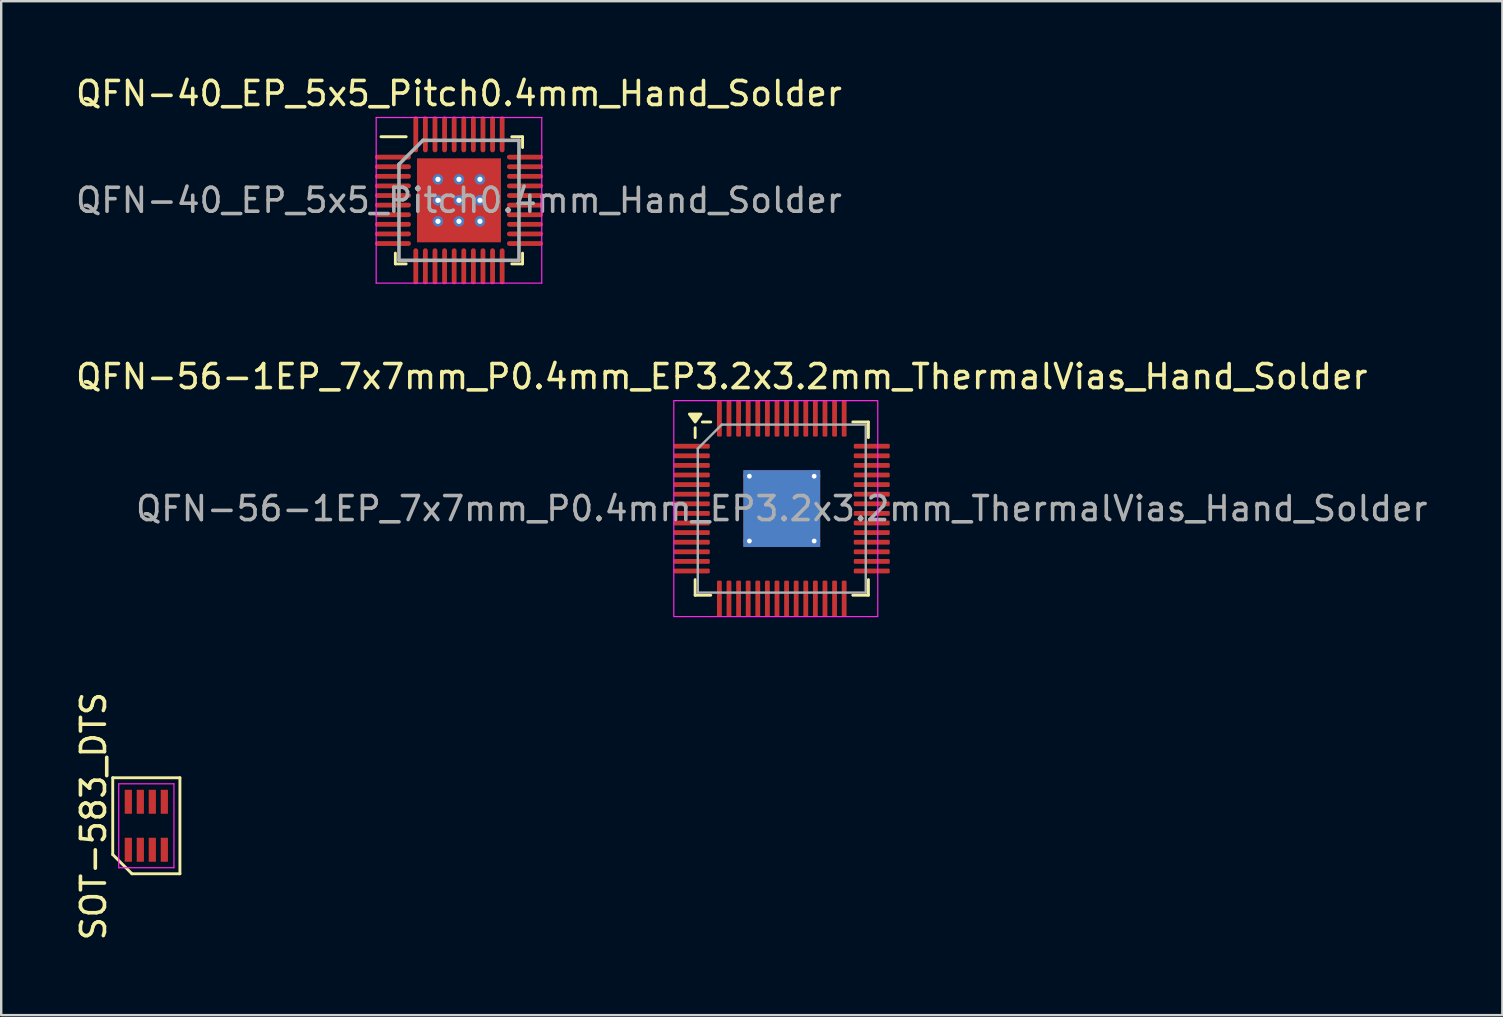
<source format=kicad_pcb>
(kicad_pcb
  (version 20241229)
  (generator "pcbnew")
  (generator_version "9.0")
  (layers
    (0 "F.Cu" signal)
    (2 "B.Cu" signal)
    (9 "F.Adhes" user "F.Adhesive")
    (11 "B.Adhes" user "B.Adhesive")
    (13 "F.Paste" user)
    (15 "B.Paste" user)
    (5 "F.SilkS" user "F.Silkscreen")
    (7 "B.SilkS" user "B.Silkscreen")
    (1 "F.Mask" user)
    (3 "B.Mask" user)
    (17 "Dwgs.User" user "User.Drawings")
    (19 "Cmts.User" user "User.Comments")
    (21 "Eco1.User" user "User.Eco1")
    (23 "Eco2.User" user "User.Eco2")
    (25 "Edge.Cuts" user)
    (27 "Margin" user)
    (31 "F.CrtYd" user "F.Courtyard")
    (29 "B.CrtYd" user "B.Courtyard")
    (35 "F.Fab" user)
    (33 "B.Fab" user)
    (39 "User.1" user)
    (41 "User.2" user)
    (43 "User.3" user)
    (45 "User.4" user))
  (footprint "SOT-583_DTS"
    (layer "F.Cu")
    (at 3.048 31.363)
    (property "Reference" "SOT-583_DTS" (at -2.2 -0.4 270) (layer "F.SilkS") (effects (font (size 1 1) (thickness 0.15))))
    (attr smd)
    (fp_line (start -1.4 -2) (end 1.4 -2) (stroke (width 0.12) (type default)) (layer "F.SilkS"))
    (fp_line (start -1.4 1.2) (end -1.4 -2) (stroke (width 0.12) (type default)) (layer "F.SilkS"))
    (fp_line (start -0.6 2) (end -1.4 1.2) (stroke (width 0.12) (type default)) (layer "F.SilkS"))
    (fp_line (start 1.4 -2) (end 1.4 2) (stroke (width 0.12) (type default)) (layer "F.SilkS"))
    (fp_line (start 1.4 2) (end -0.6 2) (stroke (width 0.12) (type default)) (layer "F.SilkS"))
    (fp_line (start -1.15 -1.75) (end 1.15 -1.75) (stroke (width 0.05) (type default)) (layer "F.CrtYd"))
    (fp_line (start -1.15 1.75) (end -1.15 -1.75) (stroke (width 0.05) (type default)) (layer "F.CrtYd"))
    (fp_line (start 1.15 -1.75) (end 1.15 1.75) (stroke (width 0.05) (type default)) (layer "F.CrtYd"))
    (fp_line (start 1.15 1.75) (end -1.15 1.75) (stroke (width 0.05) (type default)) (layer "F.CrtYd"))
    (pad "1" smd rect (at -0.75 1) (size 0.3 1) (layers "F.Cu" "F.Mask" "F.Paste"))
    (pad "2" smd rect (at -0.25 1) (size 0.3 1) (layers "F.Cu" "F.Mask" "F.Paste"))
    (pad "3" smd rect (at 0.25 1) (size 0.3 1) (layers "F.Cu" "F.Mask" "F.Paste"))
    (pad "4" smd rect (at 0.75 1) (size 0.3 1) (layers "F.Cu" "F.Mask" "F.Paste"))
    (pad "5" smd rect (at 0.75 -1) (size 0.3 1) (layers "F.Cu" "F.Mask" "F.Paste"))
    (pad "6" smd rect (at 0.25 -1) (size 0.3 1) (layers "F.Cu" "F.Mask" "F.Paste"))
    (pad "7" smd rect (at -0.25 -1) (size 0.3 1) (layers "F.Cu" "F.Mask" "F.Paste"))
    (pad "8" smd rect (at -0.75 -1) (size 0.3 1) (layers "F.Cu" "F.Mask" "F.Paste")))
  (footprint "QFN-40_EP_5x5_Pitch0.4mm_Hand_Solder"
    (layer "F.Cu")
    (at 16.077 5.298)
    (property "Reference" "QFN-40_EP_5x5_Pitch0.4mm_Hand_Solder" (at 0 -4.45 0) (layer "F.SilkS") (effects (font (size 1 1) (thickness 0.15))))
    (attr smd)
    (fp_line (start -2.65 2.65) (end -2.65 2.2) (stroke (width 0.12) (type default)) (layer "F.SilkS"))
    (fp_line (start -2.2 -2.65) (end -3.25 -2.65) (stroke (width 0.12) (type default)) (layer "F.SilkS"))
    (fp_line (start -2.2 2.65) (end -2.65 2.65) (stroke (width 0.12) (type default)) (layer "F.SilkS"))
    (fp_line (start 2.2 -2.65) (end 2.65 -2.65) (stroke (width 0.12) (type default)) (layer "F.SilkS"))
    (fp_line (start 2.2 2.65) (end 2.65 2.65) (stroke (width 0.12) (type default)) (layer "F.SilkS"))
    (fp_line (start 2.65 -2.65) (end 2.65 -2.2) (stroke (width 0.12) (type default)) (layer "F.SilkS"))
    (fp_line (start 2.65 2.65) (end 2.65 2.2) (stroke (width 0.12) (type default)) (layer "F.SilkS"))
    (fp_line (start -3.45 -3.45) (end 3.45 -3.45) (stroke (width 0.05) (type default)) (layer "F.CrtYd"))
    (fp_line (start -3.45 3.45) (end -3.45 -3.45) (stroke (width 0.05) (type default)) (layer "F.CrtYd"))
    (fp_line (start 3.45 -3.45) (end 3.45 3.45) (stroke (width 0.05) (type default)) (layer "F.CrtYd"))
    (fp_line (start 3.45 3.45) (end -3.45 3.45) (stroke (width 0.05) (type default)) (layer "F.CrtYd"))
    (fp_line (start -2.5 -1.5) (end -2.5 2.5) (stroke (width 0.15) (type default)) (layer "F.Fab"))
    (fp_line (start -2.5 2.5) (end 2.5 2.5) (stroke (width 0.15) (type default)) (layer "F.Fab"))
    (fp_line (start -1.5 -2.5) (end -2.5 -1.5) (stroke (width 0.15) (type default)) (layer "F.Fab"))
    (fp_line (start 2.5 -2.5) (end -1.5 -2.5) (stroke (width 0.15) (type default)) (layer "F.Fab"))
    (fp_line (start 2.5 2.5) (end 2.5 -2.5) (stroke (width 0.15) (type default)) (layer "F.Fab"))
    (fp_text user "${REFERENCE}" (at 0 0 0) (layer "F.Fab") (effects (font (size 1 1) (thickness 0.15))))
    (pad "" smd rect (at -1.312 -1.312) (size 0.125 0.125) (layers "F.Paste"))
    (pad "" smd rect (at -1.312 -0.438) (size 0.125 0.125) (layers "F.Paste"))
    (pad "" smd rect (at -1.312 0.438) (size 0.125 0.125) (layers "F.Paste"))
    (pad "" smd rect (at -1.312 1.312) (size 0.125 0.125) (layers "F.Paste"))
    (pad "" smd rect (at -0.438 -1.312) (size 0.125 0.125) (layers "F.Paste"))
    (pad "" smd rect (at -0.438 -0.438) (size 0.125 0.125) (layers "F.Paste"))
    (pad "" smd rect (at -0.438 0.438) (size 0.125 0.125) (layers "F.Paste"))
    (pad "" smd rect (at -0.438 1.312) (size 0.125 0.125) (layers "F.Paste"))
    (pad "" smd rect (at 0.438 -1.312) (size 0.125 0.125) (layers "F.Paste"))
    (pad "" smd rect (at 0.438 -0.438) (size 0.125 0.125) (layers "F.Paste"))
    (pad "" smd rect (at 0.438 0.438) (size 0.125 0.125) (layers "F.Paste"))
    (pad "" smd rect (at 0.438 1.312) (size 0.125 0.125) (layers "F.Paste"))
    (pad "" smd rect (at 1.312 -1.312) (size 0.125 0.125) (layers "F.Paste"))
    (pad "" smd rect (at 1.312 -0.438) (size 0.125 0.125) (layers "F.Paste"))
    (pad "" smd rect (at 1.312 0.438) (size 0.125 0.125) (layers "F.Paste"))
    (pad "" smd rect (at 1.312 1.312) (size 0.125 0.125) (layers "F.Paste"))
    (pad "1" smd oval (at -2.75 -1.8 90) (size 0.2 1.5) (layers "F.Cu" "F.Mask" "F.Paste"))
    (pad "2" smd oval (at -2.75 -1.4 90) (size 0.2 1.5) (layers "F.Cu" "F.Mask" "F.Paste"))
    (pad "3" smd oval (at -2.75 -1 90) (size 0.2 1.5) (layers "F.Cu" "F.Mask" "F.Paste"))
    (pad "4" smd oval (at -2.75 -0.6 90) (size 0.2 1.5) (layers "F.Cu" "F.Mask" "F.Paste"))
    (pad "5" smd oval (at -2.75 -0.2 90) (size 0.2 1.5) (layers "F.Cu" "F.Mask" "F.Paste"))
    (pad "6" smd oval (at -2.75 0.2 90) (size 0.2 1.5) (layers "F.Cu" "F.Mask" "F.Paste"))
    (pad "7" smd oval (at -2.75 0.6 90) (size 0.2 1.5) (layers "F.Cu" "F.Mask" "F.Paste"))
    (pad "8" smd oval (at -2.75 1 90) (size 0.2 1.5) (layers "F.Cu" "F.Mask" "F.Paste"))
    (pad "9" smd oval (at -2.75 1.4 90) (size 0.2 1.5) (layers "F.Cu" "F.Mask" "F.Paste"))
    (pad "10" smd oval (at -2.75 1.8 90) (size 0.2 1.5) (layers "F.Cu" "F.Mask" "F.Paste"))
    (pad "11" smd oval (at -1.8 2.75) (size 0.2 1.5) (layers "F.Cu" "F.Mask" "F.Paste"))
    (pad "12" smd oval (at -1.4 2.75) (size 0.2 1.5) (layers "F.Cu" "F.Mask" "F.Paste"))
    (pad "13" smd oval (at -1 2.75) (size 0.2 1.5) (layers "F.Cu" "F.Mask" "F.Paste"))
    (pad "14" smd oval (at -0.6 2.75) (size 0.2 1.5) (layers "F.Cu" "F.Mask" "F.Paste"))
    (pad "15" smd oval (at -0.2 2.75) (size 0.2 1.5) (layers "F.Cu" "F.Mask" "F.Paste"))
    (pad "16" smd oval (at 0.2 2.75) (size 0.2 1.5) (layers "F.Cu" "F.Mask" "F.Paste"))
    (pad "17" smd oval (at 0.6 2.75) (size 0.2 1.5) (layers "F.Cu" "F.Mask" "F.Paste"))
    (pad "18" smd oval (at 1 2.75) (size 0.2 1.5) (layers "F.Cu" "F.Mask" "F.Paste"))
    (pad "19" smd oval (at 1.4 2.75) (size 0.2 1.5) (layers "F.Cu" "F.Mask" "F.Paste"))
    (pad "20" smd oval (at 1.8 2.75) (size 0.2 1.5) (layers "F.Cu" "F.Mask" "F.Paste"))
    (pad "21" smd oval (at 2.75 1.8 90) (size 0.2 1.5) (layers "F.Cu" "F.Mask" "F.Paste"))
    (pad "22" smd oval (at 2.75 1.4 90) (size 0.2 1.5) (layers "F.Cu" "F.Mask" "F.Paste"))
    (pad "23" smd oval (at 2.75 1 90) (size 0.2 1.5) (layers "F.Cu" "F.Mask" "F.Paste"))
    (pad "24" smd oval (at 2.75 0.6 90) (size 0.2 1.5) (layers "F.Cu" "F.Mask" "F.Paste"))
    (pad "25" smd oval (at 2.75 0.2 90) (size 0.2 1.5) (layers "F.Cu" "F.Mask" "F.Paste"))
    (pad "26" smd oval (at 2.75 -0.2 90) (size 0.2 1.5) (layers "F.Cu" "F.Mask" "F.Paste"))
    (pad "27" smd oval (at 2.75 -0.6 90) (size 0.2 1.5) (layers "F.Cu" "F.Mask" "F.Paste"))
    (pad "28" smd oval (at 2.75 -1 90) (size 0.2 1.5) (layers "F.Cu" "F.Mask" "F.Paste"))
    (pad "29" smd oval (at 2.75 -1.4 90) (size 0.2 1.5) (layers "F.Cu" "F.Mask" "F.Paste"))
    (pad "30" smd oval (at 2.75 -1.8 90) (size 0.2 1.5) (layers "F.Cu" "F.Mask" "F.Paste"))
    (pad "31" smd oval (at 1.8 -2.75) (size 0.2 1.5) (layers "F.Cu" "F.Mask" "F.Paste"))
    (pad "32" smd oval (at 1.4 -2.75) (size 0.2 1.5) (layers "F.Cu" "F.Mask" "F.Paste"))
    (pad "33" smd oval (at 1 -2.75) (size 0.2 1.5) (layers "F.Cu" "F.Mask" "F.Paste"))
    (pad "34" smd oval (at 0.6 -2.75) (size 0.2 1.5) (layers "F.Cu" "F.Mask" "F.Paste"))
    (pad "35" smd oval (at 0.2 -2.75) (size 0.2 1.5) (layers "F.Cu" "F.Mask" "F.Paste"))
    (pad "36" smd oval (at -0.2 -2.75) (size 0.2 1.5) (layers "F.Cu" "F.Mask" "F.Paste"))
    (pad "37" smd oval (at -0.6 -2.75) (size 0.2 1.5) (layers "F.Cu" "F.Mask" "F.Paste"))
    (pad "38" smd oval (at -1 -2.75) (size 0.2 1.5) (layers "F.Cu" "F.Mask" "F.Paste"))
    (pad "39" smd oval (at -1.4 -2.75) (size 0.2 1.5) (layers "F.Cu" "F.Mask" "F.Paste"))
    (pad "40" smd oval (at -1.8 -2.75) (size 0.2 1.5) (layers "F.Cu" "F.Mask" "F.Paste"))
    (pad "41" thru_hole circle (at -0.875 -0.875) (size 0.438 0.438) (drill 0.219) (property pad_prop_heatsink) (layers "*.Cu" "*.Mask"))
    (pad "41" thru_hole circle (at -0.875 0) (size 0.438 0.438) (drill 0.219) (property pad_prop_heatsink) (layers "*.Cu" "*.Mask"))
    (pad "41" thru_hole circle (at -0.875 0.875) (size 0.438 0.438) (drill 0.219) (property pad_prop_heatsink) (layers "*.Cu" "*.Mask"))
    (pad "41" thru_hole circle (at 0 -0.875) (size 0.438 0.438) (drill 0.219) (property pad_prop_heatsink) (layers "*.Cu" "*.Mask"))
    (pad "41" thru_hole circle (at 0 0) (size 0.438 0.438) (drill 0.219) (property pad_prop_heatsink) (layers "*.Cu" "*.Mask"))
    (pad "41" smd rect (at 0 0) (size 3.5 3.5) (layers "F.Cu" "F.Mask"))
    (pad "41" thru_hole circle (at 0 0.875) (size 0.438 0.438) (drill 0.219) (property pad_prop_heatsink) (layers "*.Cu" "*.Mask"))
    (pad "41" thru_hole circle (at 0.875 -0.875) (size 0.438 0.438) (drill 0.219) (property pad_prop_heatsink) (layers "*.Cu" "*.Mask"))
    (pad "41" thru_hole circle (at 0.875 0) (size 0.438 0.438) (drill 0.219) (property pad_prop_heatsink) (layers "*.Cu" "*.Mask"))
    (pad "41" thru_hole circle (at 0.875 0.875) (size 0.438 0.438) (drill 0.219) (property pad_prop_heatsink) (layers "*.Cu" "*.Mask")))
  (footprint "QFN-56-1EP_7x7mm_P0.4mm_EP3.2x3.2mm_ThermalVias_Hand_Solder"
    (layer "F.Cu")
    (at 29.53 18.146)
    (property "Reference" "QFN-56-1EP_7x7mm_P0.4mm_EP3.2x3.2mm_ThermalVias_Hand_Solder" (at -2.5 -5.5 0) (layer "F.SilkS") (effects (font (size 1 1) (thickness 0.15))))
    (attr smd)
    (fp_line (start -3.61 -2.96) (end -3.61 -3.37) (stroke (width 0.12) (type solid)) (layer "F.SilkS"))
    (fp_line (start -3.61 3.61) (end -3.61 2.96) (stroke (width 0.12) (type solid)) (layer "F.SilkS"))
    (fp_line (start -2.96 -3.61) (end -3.31 -3.61) (stroke (width 0.12) (type solid)) (layer "F.SilkS"))
    (fp_line (start -2.96 3.61) (end -3.61 3.61) (stroke (width 0.12) (type solid)) (layer "F.SilkS"))
    (fp_line (start 2.96 -3.61) (end 3.61 -3.61) (stroke (width 0.12) (type solid)) (layer "F.SilkS"))
    (fp_line (start 2.96 3.61) (end 3.61 3.61) (stroke (width 0.12) (type solid)) (layer "F.SilkS"))
    (fp_line (start 3.61 -3.61) (end 3.61 -2.96) (stroke (width 0.12) (type solid)) (layer "F.SilkS"))
    (fp_line (start 3.61 3.61) (end 3.61 2.96) (stroke (width 0.12) (type solid)) (layer "F.SilkS"))
    (fp_poly (pts (xy -3.61 -3.61) (xy -3.85 -3.94) (xy -3.37 -3.94) (xy -3.61 -3.61)) (stroke (width 0.12) (type solid)) (fill yes) (layer "F.SilkS"))
    (fp_rect (start -4.5 -4.5) (end 4 4.5) (stroke (width 0.05) (type default)) (fill no) (layer "F.CrtYd"))
    (fp_line (start -3.5 -2.5) (end -2.5 -3.5) (stroke (width 0.1) (type solid)) (layer "F.Fab"))
    (fp_line (start -3.5 3.5) (end -3.5 -2.5) (stroke (width 0.1) (type solid)) (layer "F.Fab"))
    (fp_line (start -2.5 -3.5) (end 3.5 -3.5) (stroke (width 0.1) (type solid)) (layer "F.Fab"))
    (fp_line (start 3.5 -3.5) (end 3.5 3.5) (stroke (width 0.1) (type solid)) (layer "F.Fab"))
    (fp_line (start 3.5 3.5) (end -3.5 3.5) (stroke (width 0.1) (type solid)) (layer "F.Fab"))
    (fp_text user "${REFERENCE}" (at 0 0 0) (layer "F.Fab") (effects (font (size 1 1) (thickness 0.15))))
    (pad "" smd custom (at -0.675 -0.675) (size 1.118 1.118) (layers "F.Paste") (options (anchor circle)) (primitives (gr_poly (pts (xy -0.498 -0.397) (xy -0.397 -0.498) (xy 0.498 -0.498) (xy 0.498 0.498) (xy -0.498 0.498)) (width 0.244) (fill yes))))
    (pad "" smd custom (at -0.675 0.675) (size 1.118 1.118) (layers "F.Paste") (options (anchor circle)) (primitives (gr_poly (pts (xy -0.498 -0.498) (xy 0.498 -0.498) (xy 0.498 0.498) (xy -0.397 0.498) (xy -0.498 0.397)) (width 0.244) (fill yes))))
    (pad "" smd custom (at 0.675 -0.675) (size 1.118 1.118) (layers "F.Paste") (options (anchor circle)) (primitives (gr_poly (pts (xy -0.498 -0.498) (xy 0.397 -0.498) (xy 0.498 -0.397) (xy 0.498 0.498) (xy -0.498 0.498)) (width 0.244) (fill yes))))
    (pad "" smd custom (at 0.675 0.675) (size 1.118 1.118) (layers "F.Paste") (options (anchor circle)) (primitives (gr_poly (pts (xy -0.498 -0.498) (xy 0.498 -0.498) (xy 0.498 0.397) (xy 0.397 0.498) (xy -0.498 0.498)) (width 0.244) (fill yes))))
    (pad "1" smd roundrect (at -3.75 -2.6) (size 1.5 0.2) (layers "F.Cu" "F.Mask" "F.Paste") (roundrect_rratio 0.25))
    (pad "2" smd roundrect (at -3.75 -2.2) (size 1.5 0.2) (layers "F.Cu" "F.Mask" "F.Paste") (roundrect_rratio 0.25))
    (pad "3" smd roundrect (at -3.75 -1.8) (size 1.5 0.2) (layers "F.Cu" "F.Mask" "F.Paste") (roundrect_rratio 0.25))
    (pad "4" smd roundrect (at -3.75 -1.4) (size 1.5 0.2) (layers "F.Cu" "F.Mask" "F.Paste") (roundrect_rratio 0.25))
    (pad "5" smd roundrect (at -3.75 -1) (size 1.5 0.2) (layers "F.Cu" "F.Mask" "F.Paste") (roundrect_rratio 0.25))
    (pad "6" smd roundrect (at -3.75 -0.6) (size 1.5 0.2) (layers "F.Cu" "F.Mask" "F.Paste") (roundrect_rratio 0.25))
    (pad "7" smd roundrect (at -3.75 -0.2) (size 1.5 0.2) (layers "F.Cu" "F.Mask" "F.Paste") (roundrect_rratio 0.25))
    (pad "8" smd roundrect (at -3.75 0.2) (size 1.5 0.2) (layers "F.Cu" "F.Mask" "F.Paste") (roundrect_rratio 0.25))
    (pad "9" smd roundrect (at -3.75 0.6) (size 1.5 0.2) (layers "F.Cu" "F.Mask" "F.Paste") (roundrect_rratio 0.25))
    (pad "10" smd roundrect (at -3.75 1) (size 1.5 0.2) (layers "F.Cu" "F.Mask" "F.Paste") (roundrect_rratio 0.25))
    (pad "11" smd roundrect (at -3.75 1.4) (size 1.5 0.2) (layers "F.Cu" "F.Mask" "F.Paste") (roundrect_rratio 0.25))
    (pad "12" smd roundrect (at -3.75 1.8) (size 1.5 0.2) (layers "F.Cu" "F.Mask" "F.Paste") (roundrect_rratio 0.25))
    (pad "13" smd roundrect (at -3.75 2.2) (size 1.5 0.2) (layers "F.Cu" "F.Mask" "F.Paste") (roundrect_rratio 0.25))
    (pad "14" smd roundrect (at -3.75 2.6) (size 1.5 0.2) (layers "F.Cu" "F.Mask" "F.Paste") (roundrect_rratio 0.25))
    (pad "15" smd roundrect (at -2.6 3.75) (size 0.2 1.5) (layers "F.Cu" "F.Mask" "F.Paste") (roundrect_rratio 0.25))
    (pad "16" smd roundrect (at -2.2 3.75) (size 0.2 1.5) (layers "F.Cu" "F.Mask" "F.Paste") (roundrect_rratio 0.25))
    (pad "17" smd roundrect (at -1.8 3.75) (size 0.2 1.5) (layers "F.Cu" "F.Mask" "F.Paste") (roundrect_rratio 0.25))
    (pad "18" smd roundrect (at -1.4 3.75) (size 0.2 1.5) (layers "F.Cu" "F.Mask" "F.Paste") (roundrect_rratio 0.25))
    (pad "19" smd roundrect (at -1 3.75) (size 0.2 1.5) (layers "F.Cu" "F.Mask" "F.Paste") (roundrect_rratio 0.25))
    (pad "20" smd roundrect (at -0.6 3.75) (size 0.2 1.5) (layers "F.Cu" "F.Mask" "F.Paste") (roundrect_rratio 0.25))
    (pad "21" smd roundrect (at -0.2 3.75) (size 0.2 1.5) (layers "F.Cu" "F.Mask" "F.Paste") (roundrect_rratio 0.25))
    (pad "22" smd roundrect (at 0.2 3.75) (size 0.2 1.5) (layers "F.Cu" "F.Mask" "F.Paste") (roundrect_rratio 0.25))
    (pad "23" smd roundrect (at 0.6 3.75) (size 0.2 1.5) (layers "F.Cu" "F.Mask" "F.Paste") (roundrect_rratio 0.25))
    (pad "24" smd roundrect (at 1 3.75) (size 0.2 1.5) (layers "F.Cu" "F.Mask" "F.Paste") (roundrect_rratio 0.25))
    (pad "25" smd roundrect (at 1.4 3.75) (size 0.2 1.5) (layers "F.Cu" "F.Mask" "F.Paste") (roundrect_rratio 0.25))
    (pad "26" smd roundrect (at 1.8 3.75) (size 0.2 1.5) (layers "F.Cu" "F.Mask" "F.Paste") (roundrect_rratio 0.25))
    (pad "27" smd roundrect (at 2.2 3.75) (size 0.2 1.5) (layers "F.Cu" "F.Mask" "F.Paste") (roundrect_rratio 0.25))
    (pad "28" smd roundrect (at 2.6 3.75) (size 0.2 1.5) (layers "F.Cu" "F.Mask" "F.Paste") (roundrect_rratio 0.25))
    (pad "29" smd roundrect (at 3.75 2.6) (size 1.5 0.2) (layers "F.Cu" "F.Mask" "F.Paste") (roundrect_rratio 0.25))
    (pad "30" smd roundrect (at 3.75 2.2) (size 1.5 0.2) (layers "F.Cu" "F.Mask" "F.Paste") (roundrect_rratio 0.25))
    (pad "31" smd roundrect (at 3.75 1.8) (size 1.5 0.2) (layers "F.Cu" "F.Mask" "F.Paste") (roundrect_rratio 0.25))
    (pad "32" smd roundrect (at 3.75 1.4) (size 1.5 0.2) (layers "F.Cu" "F.Mask" "F.Paste") (roundrect_rratio 0.25))
    (pad "33" smd roundrect (at 3.75 1) (size 1.5 0.2) (layers "F.Cu" "F.Mask" "F.Paste") (roundrect_rratio 0.25))
    (pad "34" smd roundrect (at 3.75 0.6) (size 1.5 0.2) (layers "F.Cu" "F.Mask" "F.Paste") (roundrect_rratio 0.25))
    (pad "35" smd roundrect (at 3.75 0.2) (size 1.5 0.2) (layers "F.Cu" "F.Mask" "F.Paste") (roundrect_rratio 0.25))
    (pad "36" smd roundrect (at 3.75 -0.2) (size 1.5 0.2) (layers "F.Cu" "F.Mask" "F.Paste") (roundrect_rratio 0.25))
    (pad "37" smd roundrect (at 3.75 -0.6) (size 1.5 0.2) (layers "F.Cu" "F.Mask" "F.Paste") (roundrect_rratio 0.25))
    (pad "38" smd roundrect (at 3.75 -1) (size 1.5 0.2) (layers "F.Cu" "F.Mask" "F.Paste") (roundrect_rratio 0.25))
    (pad "39" smd roundrect (at 3.75 -1.4) (size 1.5 0.2) (layers "F.Cu" "F.Mask" "F.Paste") (roundrect_rratio 0.25))
    (pad "40" smd roundrect (at 3.75 -1.8) (size 1.5 0.2) (layers "F.Cu" "F.Mask" "F.Paste") (roundrect_rratio 0.25))
    (pad "41" smd roundrect (at 3.75 -2.2) (size 1.5 0.2) (layers "F.Cu" "F.Mask" "F.Paste") (roundrect_rratio 0.25))
    (pad "42" smd roundrect (at 3.75 -2.6) (size 1.5 0.2) (layers "F.Cu" "F.Mask" "F.Paste") (roundrect_rratio 0.25))
    (pad "43" smd roundrect (at 2.6 -3.75) (size 0.2 1.5) (layers "F.Cu" "F.Mask" "F.Paste") (roundrect_rratio 0.25))
    (pad "44" smd roundrect (at 2.2 -3.75) (size 0.2 1.5) (layers "F.Cu" "F.Mask" "F.Paste") (roundrect_rratio 0.25))
    (pad "45" smd roundrect (at 1.8 -3.75) (size 0.2 1.5) (layers "F.Cu" "F.Mask" "F.Paste") (roundrect_rratio 0.25))
    (pad "46" smd roundrect (at 1.4 -3.75) (size 0.2 1.5) (layers "F.Cu" "F.Mask" "F.Paste") (roundrect_rratio 0.25))
    (pad "47" smd roundrect (at 1 -3.75) (size 0.2 1.5) (layers "F.Cu" "F.Mask" "F.Paste") (roundrect_rratio 0.25))
    (pad "48" smd roundrect (at 0.6 -3.75) (size 0.2 1.5) (layers "F.Cu" "F.Mask" "F.Paste") (roundrect_rratio 0.25))
    (pad "49" smd roundrect (at 0.2 -3.75) (size 0.2 1.5) (layers "F.Cu" "F.Mask" "F.Paste") (roundrect_rratio 0.25))
    (pad "50" smd roundrect (at -0.2 -3.75) (size 0.2 1.5) (layers "F.Cu" "F.Mask" "F.Paste") (roundrect_rratio 0.25))
    (pad "51" smd roundrect (at -0.6 -3.75) (size 0.2 1.5) (layers "F.Cu" "F.Mask" "F.Paste") (roundrect_rratio 0.25))
    (pad "52" smd roundrect (at -1 -3.75) (size 0.2 1.5) (layers "F.Cu" "F.Mask" "F.Paste") (roundrect_rratio 0.25))
    (pad "53" smd roundrect (at -1.4 -3.75) (size 0.2 1.5) (layers "F.Cu" "F.Mask" "F.Paste") (roundrect_rratio 0.25))
    (pad "54" smd roundrect (at -1.8 -3.75) (size 0.2 1.5) (layers "F.Cu" "F.Mask" "F.Paste") (roundrect_rratio 0.25))
    (pad "55" smd roundrect (at -2.2 -3.75) (size 0.2 1.5) (layers "F.Cu" "F.Mask" "F.Paste") (roundrect_rratio 0.25))
    (pad "56" smd roundrect (at -2.6 -3.75) (size 0.2 1.5) (layers "F.Cu" "F.Mask" "F.Paste") (roundrect_rratio 0.25))
    (pad "57" thru_hole circle (at -1.35 -1.35) (size 0.5 0.5) (drill 0.2) (property pad_prop_heatsink) (layers "*.Cu"))
    (pad "57" thru_hole circle (at -1.35 1.35) (size 0.5 0.5) (drill 0.2) (property pad_prop_heatsink) (layers "*.Cu"))
    (pad "57" smd rect (at 0 0) (size 3.2 3.2) (property pad_prop_heatsink) (layers "F.Cu" "F.Mask"))
    (pad "57" smd rect (at 0 0) (size 3.2 3.2) (property pad_prop_heatsink) (layers "B.Cu"))
    (pad "57" thru_hole circle (at 1.35 -1.35) (size 0.5 0.5) (drill 0.2) (property pad_prop_heatsink) (layers "*.Cu"))
    (pad "57" thru_hole circle (at 1.35 1.35) (size 0.5 0.5) (drill 0.2) (property pad_prop_heatsink) (layers "*.Cu")))
  (gr_rect
    (start -3 -3)
    (end 59.56 39.255)
    (stroke (width 0.1) (type default))
    (fill no)
    (layer "Edge.Cuts")))
</source>
